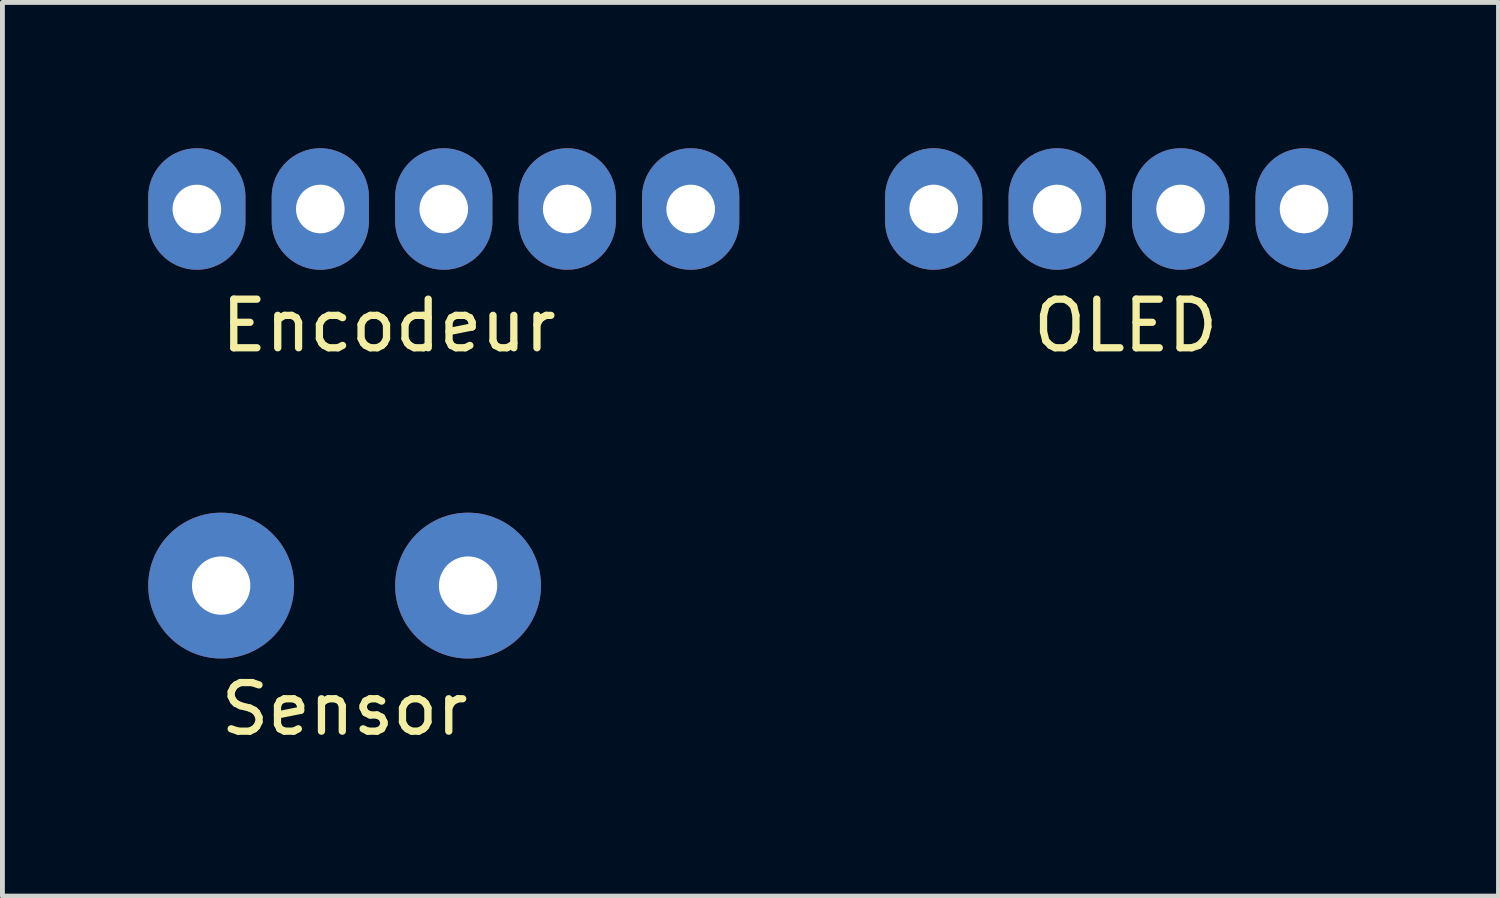
<source format=kicad_pcb>
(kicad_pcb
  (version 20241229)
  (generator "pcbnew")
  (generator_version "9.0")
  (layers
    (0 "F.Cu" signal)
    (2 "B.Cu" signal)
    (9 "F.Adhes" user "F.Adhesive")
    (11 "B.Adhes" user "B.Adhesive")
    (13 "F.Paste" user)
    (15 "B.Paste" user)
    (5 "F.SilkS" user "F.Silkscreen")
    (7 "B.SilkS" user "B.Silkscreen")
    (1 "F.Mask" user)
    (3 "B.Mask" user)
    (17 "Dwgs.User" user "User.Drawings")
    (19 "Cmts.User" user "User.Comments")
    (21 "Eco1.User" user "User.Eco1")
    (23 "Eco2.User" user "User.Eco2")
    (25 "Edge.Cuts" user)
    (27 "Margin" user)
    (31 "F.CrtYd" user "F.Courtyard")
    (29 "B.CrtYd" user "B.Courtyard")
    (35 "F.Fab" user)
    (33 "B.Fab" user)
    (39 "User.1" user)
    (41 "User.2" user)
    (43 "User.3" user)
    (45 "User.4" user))
  (footprint "OLED"
    (layer "F.Cu")
    (at 16.16 1.25)
    (property "Reference" "OLED" (at 3.95 2.4 0) (layer "F.SilkS") (effects (font (size 1 1) (thickness 0.15))))
    (attr through_hole)
    (pad "1" thru_hole oval (at 0 0) (size 2 2.5) (drill 1) (layers "*.Cu" "*.Mask"))
    (pad "2" thru_hole oval (at 2.54 0) (size 2 2.5) (drill 1) (layers "*.Cu" "*.Mask"))
    (pad "3" thru_hole oval (at 5.08 0) (size 2 2.5) (drill 1) (layers "*.Cu" "*.Mask"))
    (pad "4" thru_hole oval (at 7.62 0) (size 2 2.5) (drill 1) (layers "*.Cu" "*.Mask")))
  (footprint "Sensor"
    (layer "F.Cu")
    (at 1.5 8.998)
    (property "Reference" "Sensor" (at 2.54 2.54 0) (layer "F.SilkS") (effects (font (size 1 1) (thickness 0.15))))
    (attr through_hole)
    (pad "1" thru_hole oval (at 0 0) (size 3 3) (drill 1.2) (layers "*.Cu" "*.Mask"))
    (pad "2" thru_hole oval (at 5.08 0) (size 3 3) (drill 1.2) (layers "*.Cu" "*.Mask")))
  (footprint "Encodeur"
    (layer "F.Cu")
    (at 1 1.25)
    (property "Reference" "Encodeur" (at 3.95 2.4 0) (layer "F.SilkS") (effects (font (size 1 1) (thickness 0.15))))
    (attr through_hole)
    (pad "1" thru_hole oval (at 0 0) (size 2 2.5) (drill 1) (layers "*.Cu" "*.Mask"))
    (pad "2" thru_hole oval (at 2.54 0) (size 2 2.5) (drill 1) (layers "*.Cu" "*.Mask"))
    (pad "3" thru_hole oval (at 5.08 0) (size 2 2.5) (drill 1) (layers "*.Cu" "*.Mask"))
    (pad "4" thru_hole oval (at 7.62 0) (size 2 2.5) (drill 1) (layers "*.Cu" "*.Mask"))
    (pad "5" thru_hole oval (at 10.16 0) (size 2 2.5) (drill 1) (layers "*.Cu" "*.Mask")))
  (gr_rect
    (start -3 -3)
    (end 27.78 15.386)
    (stroke (width 0.1) (type default))
    (fill no)
    (layer "Edge.Cuts")))
</source>
